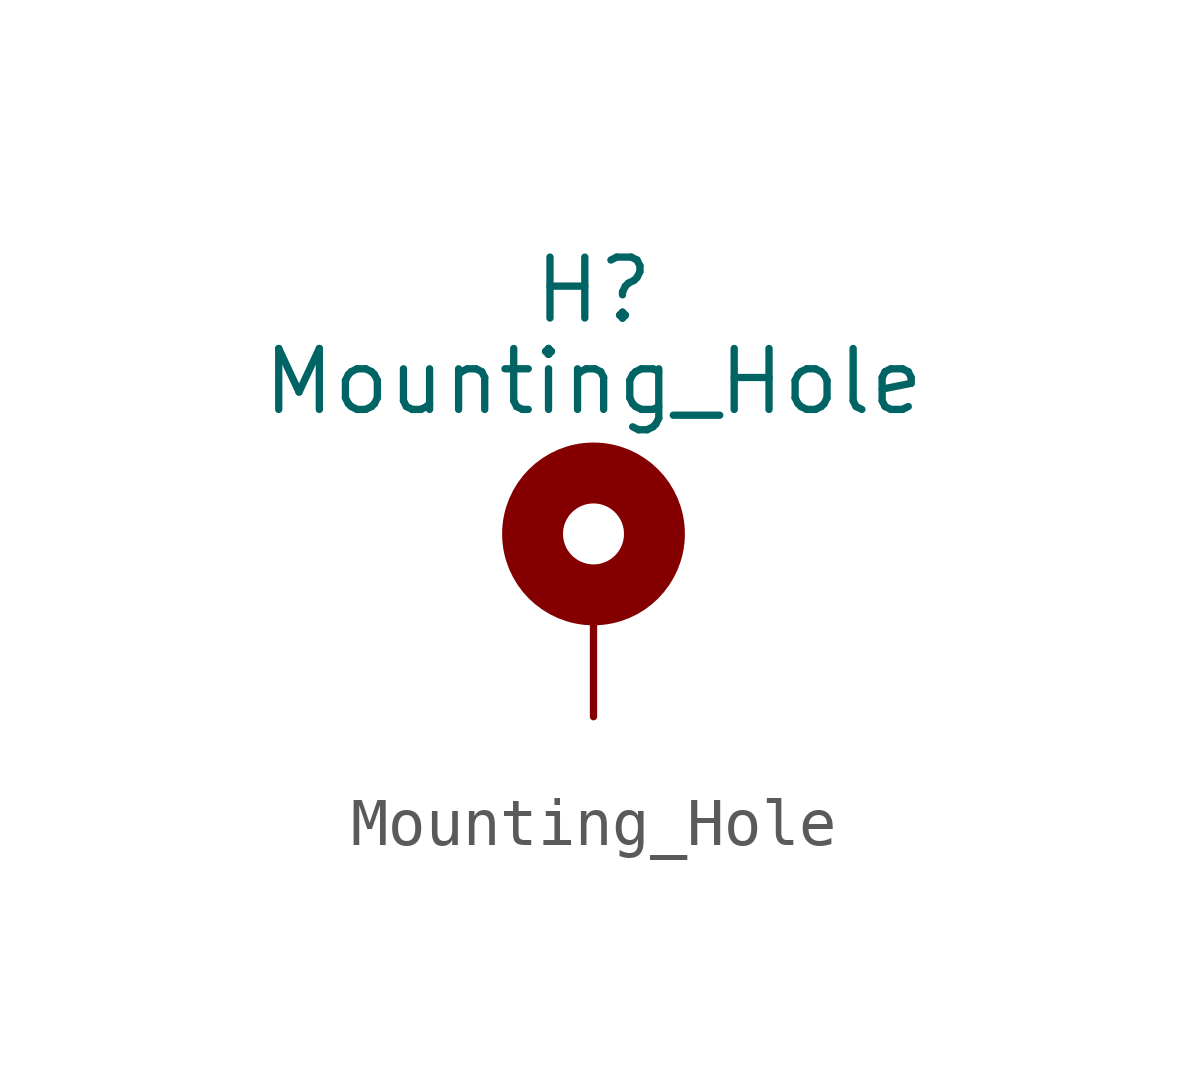
<source format=kicad_sym>
(kicad_symbol_lib
  (version 20211014)
  (generator kicad_symbol_editor)
  (symbol "Mounting_Hole"
    (pin_numbers hide)
    (pin_names
      (offset 1.016) hide)
    (property "Reference" "H"
      (at 0 6.35 0)
      (effects (font (size 1.27 1.27))))
    (property "Value" "Mounting_Hole"
      (at 0 4.445 0)
      (effects (font (size 1.27 1.27))))
    (symbol "Mounting_Hole_0_1"
      (circle (center 0 1.27) (radius 1.27) (stroke (width 1.27) (type default) (color 0 0 0 0)) (fill (type none))))
    (symbol "Mounting_Hole_1_1"
      (pin input line (at 0 -2.54 90) (length 2.54) (name "1" (effects (font (size 1.27 1.27)))) (number "1" (effects (font (size 1.27 1.27))))))))
</source>
